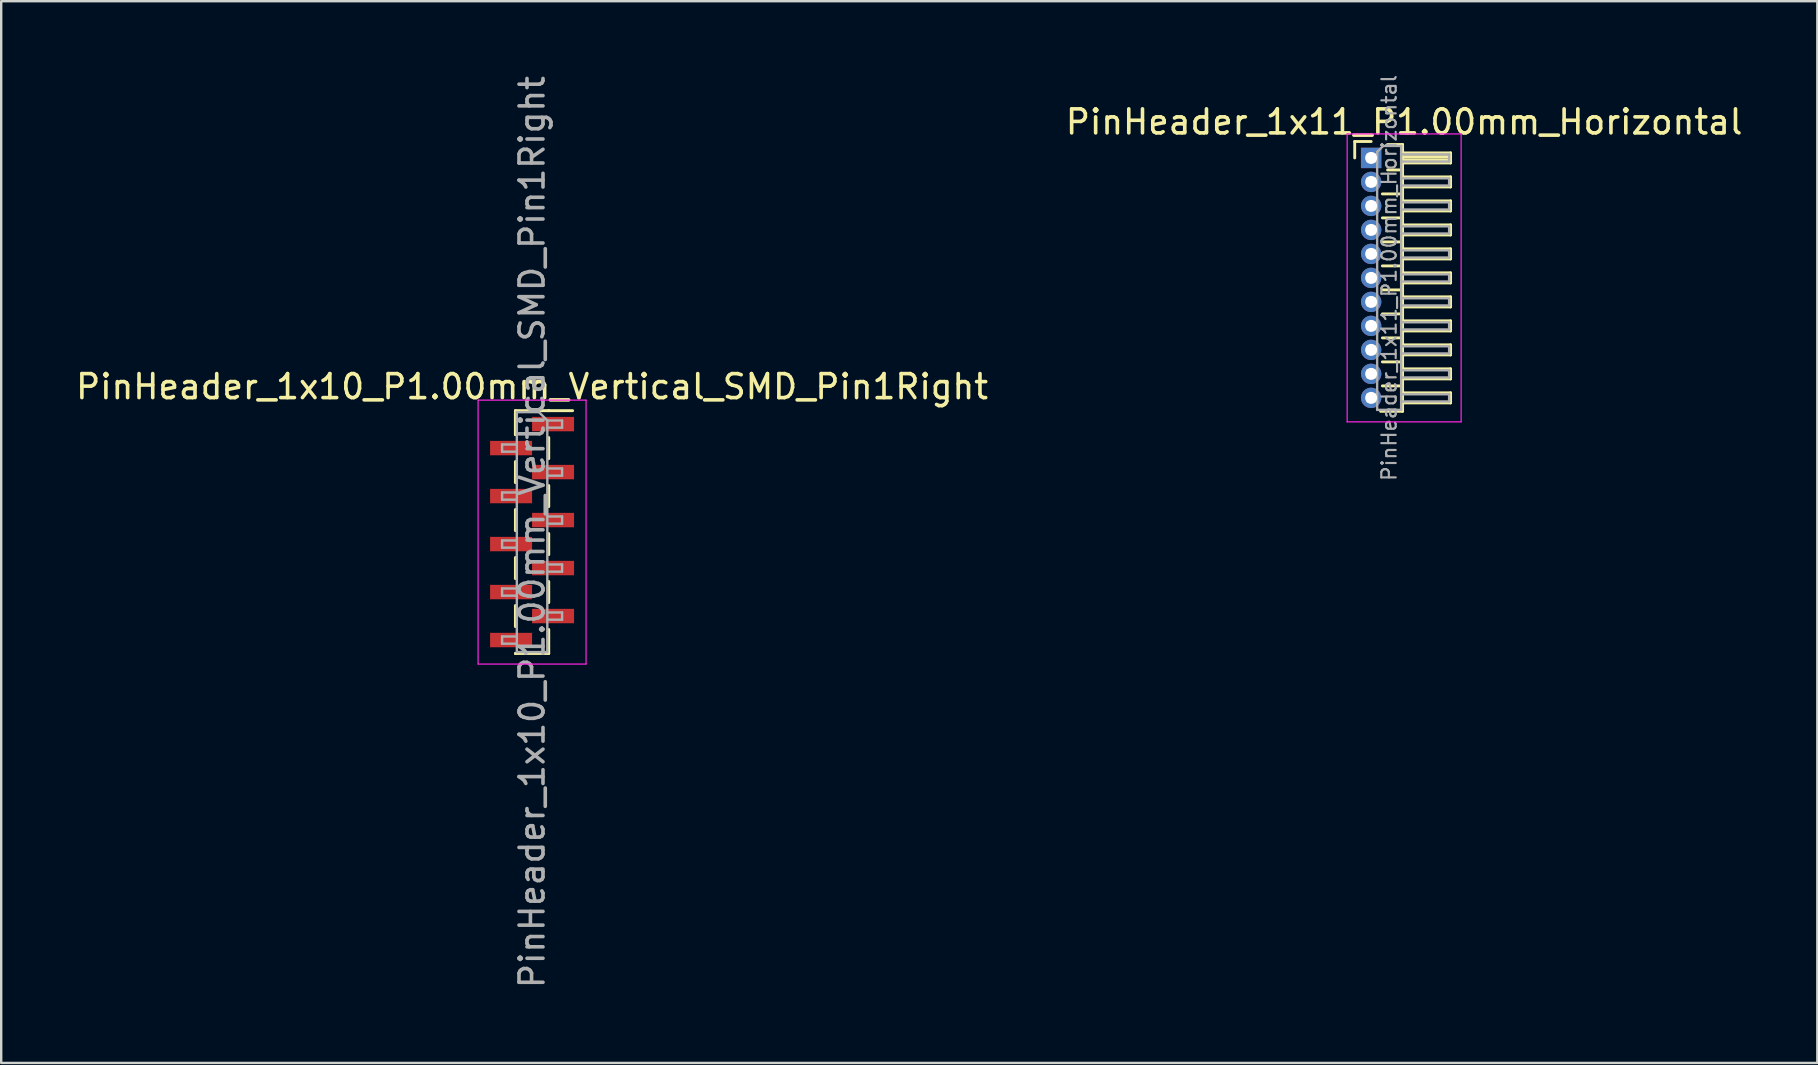
<source format=kicad_pcb>
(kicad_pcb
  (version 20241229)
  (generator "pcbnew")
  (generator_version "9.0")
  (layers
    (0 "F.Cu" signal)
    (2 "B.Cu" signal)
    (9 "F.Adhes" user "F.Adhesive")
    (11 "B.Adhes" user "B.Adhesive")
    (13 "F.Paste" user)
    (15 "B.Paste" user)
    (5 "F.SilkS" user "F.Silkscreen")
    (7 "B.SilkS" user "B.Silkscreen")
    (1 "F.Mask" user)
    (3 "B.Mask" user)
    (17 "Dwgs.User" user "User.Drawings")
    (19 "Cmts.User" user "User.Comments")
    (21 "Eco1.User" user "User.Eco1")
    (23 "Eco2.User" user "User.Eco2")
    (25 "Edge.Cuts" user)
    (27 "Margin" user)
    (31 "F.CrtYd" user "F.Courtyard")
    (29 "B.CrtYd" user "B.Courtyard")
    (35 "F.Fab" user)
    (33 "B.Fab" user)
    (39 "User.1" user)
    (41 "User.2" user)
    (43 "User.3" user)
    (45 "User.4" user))
  (footprint "PinHeader_1x10_P1.00mm_Vertical_SMD_Pin1Right"
    (layer "F.Cu")
    (at 19.125 19.125)
    (property "Reference" "PinHeader_1x10_P1.00mm_Vertical_SMD_Pin1Right" (at 0 -6.06 0) (layer "F.SilkS") (effects (font (size 1 1) (thickness 0.15))))
    (attr smd)
    (fp_line (start -0.695 -5.06) (end -0.695 -4.06) (stroke (width 0.12) (type solid)) (layer "F.SilkS"))
    (fp_line (start -0.695 -5.06) (end 0.695 -5.06) (stroke (width 0.12) (type solid)) (layer "F.SilkS"))
    (fp_line (start -0.695 -4.94) (end -0.695 -4.06) (stroke (width 0.12) (type solid)) (layer "F.SilkS"))
    (fp_line (start -0.695 -2.94) (end -0.695 -2.06) (stroke (width 0.12) (type solid)) (layer "F.SilkS"))
    (fp_line (start -0.695 -0.94) (end -0.695 -0.06) (stroke (width 0.12) (type solid)) (layer "F.SilkS"))
    (fp_line (start -0.695 1.06) (end -0.695 1.94) (stroke (width 0.12) (type solid)) (layer "F.SilkS"))
    (fp_line (start -0.695 3.06) (end -0.695 3.94) (stroke (width 0.12) (type solid)) (layer "F.SilkS"))
    (fp_line (start -0.695 5.06) (end -0.695 5.06) (stroke (width 0.12) (type solid)) (layer "F.SilkS"))
    (fp_line (start -0.695 5.06) (end 0.695 5.06) (stroke (width 0.12) (type solid)) (layer "F.SilkS"))
    (fp_line (start 0.695 -5.06) (end 0.695 -5.06) (stroke (width 0.12) (type solid)) (layer "F.SilkS"))
    (fp_line (start 0.695 -5.06) (end 1.69 -5.06) (stroke (width 0.12) (type solid)) (layer "F.SilkS"))
    (fp_line (start 0.695 -3.94) (end 0.695 -3.06) (stroke (width 0.12) (type solid)) (layer "F.SilkS"))
    (fp_line (start 0.695 -1.94) (end 0.695 -1.06) (stroke (width 0.12) (type solid)) (layer "F.SilkS"))
    (fp_line (start 0.695 0.06) (end 0.695 0.94) (stroke (width 0.12) (type solid)) (layer "F.SilkS"))
    (fp_line (start 0.695 2.06) (end 0.695 2.94) (stroke (width 0.12) (type solid)) (layer "F.SilkS"))
    (fp_line (start 0.695 4.06) (end 0.695 5.06) (stroke (width 0.12) (type solid)) (layer "F.SilkS"))
    (fp_line (start -2.25 -5.5) (end -2.25 5.5) (stroke (width 0.05) (type solid)) (layer "F.CrtYd"))
    (fp_line (start -2.25 5.5) (end 2.25 5.5) (stroke (width 0.05) (type solid)) (layer "F.CrtYd"))
    (fp_line (start 2.25 -5.5) (end -2.25 -5.5) (stroke (width 0.05) (type solid)) (layer "F.CrtYd"))
    (fp_line (start 2.25 5.5) (end 2.25 -5.5) (stroke (width 0.05) (type solid)) (layer "F.CrtYd"))
    (fp_line (start -1.25 -3.65) (end -1.25 -3.35) (stroke (width 0.1) (type solid)) (layer "F.Fab"))
    (fp_line (start -1.25 -3.35) (end -0.635 -3.35) (stroke (width 0.1) (type solid)) (layer "F.Fab"))
    (fp_line (start -1.25 -1.65) (end -1.25 -1.35) (stroke (width 0.1) (type solid)) (layer "F.Fab"))
    (fp_line (start -1.25 -1.35) (end -0.635 -1.35) (stroke (width 0.1) (type solid)) (layer "F.Fab"))
    (fp_line (start -1.25 0.35) (end -1.25 0.65) (stroke (width 0.1) (type solid)) (layer "F.Fab"))
    (fp_line (start -1.25 0.65) (end -0.635 0.65) (stroke (width 0.1) (type solid)) (layer "F.Fab"))
    (fp_line (start -1.25 2.35) (end -1.25 2.65) (stroke (width 0.1) (type solid)) (layer "F.Fab"))
    (fp_line (start -1.25 2.65) (end -0.635 2.65) (stroke (width 0.1) (type solid)) (layer "F.Fab"))
    (fp_line (start -1.25 4.35) (end -1.25 4.65) (stroke (width 0.1) (type solid)) (layer "F.Fab"))
    (fp_line (start -1.25 4.65) (end -0.635 4.65) (stroke (width 0.1) (type solid)) (layer "F.Fab"))
    (fp_line (start -0.635 -5) (end -0.635 5) (stroke (width 0.1) (type solid)) (layer "F.Fab"))
    (fp_line (start -0.635 -5) (end 0.285 -5) (stroke (width 0.1) (type solid)) (layer "F.Fab"))
    (fp_line (start -0.635 -3.65) (end -1.25 -3.65) (stroke (width 0.1) (type solid)) (layer "F.Fab"))
    (fp_line (start -0.635 -1.65) (end -1.25 -1.65) (stroke (width 0.1) (type solid)) (layer "F.Fab"))
    (fp_line (start -0.635 0.35) (end -1.25 0.35) (stroke (width 0.1) (type solid)) (layer "F.Fab"))
    (fp_line (start -0.635 2.35) (end -1.25 2.35) (stroke (width 0.1) (type solid)) (layer "F.Fab"))
    (fp_line (start -0.635 4.35) (end -1.25 4.35) (stroke (width 0.1) (type solid)) (layer "F.Fab"))
    (fp_line (start 0.635 -4.65) (end 0.285 -5) (stroke (width 0.1) (type solid)) (layer "F.Fab"))
    (fp_line (start 0.635 -4.65) (end 1.25 -4.65) (stroke (width 0.1) (type solid)) (layer "F.Fab"))
    (fp_line (start 0.635 -2.65) (end 1.25 -2.65) (stroke (width 0.1) (type solid)) (layer "F.Fab"))
    (fp_line (start 0.635 -0.65) (end 1.25 -0.65) (stroke (width 0.1) (type solid)) (layer "F.Fab"))
    (fp_line (start 0.635 1.35) (end 1.25 1.35) (stroke (width 0.1) (type solid)) (layer "F.Fab"))
    (fp_line (start 0.635 3.35) (end 1.25 3.35) (stroke (width 0.1) (type solid)) (layer "F.Fab"))
    (fp_line (start 0.635 5) (end -0.635 5) (stroke (width 0.1) (type solid)) (layer "F.Fab"))
    (fp_line (start 0.635 5) (end 0.635 -4.65) (stroke (width 0.1) (type solid)) (layer "F.Fab"))
    (fp_line (start 1.25 -4.65) (end 1.25 -4.35) (stroke (width 0.1) (type solid)) (layer "F.Fab"))
    (fp_line (start 1.25 -4.35) (end 0.635 -4.35) (stroke (width 0.1) (type solid)) (layer "F.Fab"))
    (fp_line (start 1.25 -2.65) (end 1.25 -2.35) (stroke (width 0.1) (type solid)) (layer "F.Fab"))
    (fp_line (start 1.25 -2.35) (end 0.635 -2.35) (stroke (width 0.1) (type solid)) (layer "F.Fab"))
    (fp_line (start 1.25 -0.65) (end 1.25 -0.35) (stroke (width 0.1) (type solid)) (layer "F.Fab"))
    (fp_line (start 1.25 -0.35) (end 0.635 -0.35) (stroke (width 0.1) (type solid)) (layer "F.Fab"))
    (fp_line (start 1.25 1.35) (end 1.25 1.65) (stroke (width 0.1) (type solid)) (layer "F.Fab"))
    (fp_line (start 1.25 1.65) (end 0.635 1.65) (stroke (width 0.1) (type solid)) (layer "F.Fab"))
    (fp_line (start 1.25 3.35) (end 1.25 3.65) (stroke (width 0.1) (type solid)) (layer "F.Fab"))
    (fp_line (start 1.25 3.65) (end 0.635 3.65) (stroke (width 0.1) (type solid)) (layer "F.Fab"))
    (fp_text user "${REFERENCE}" (at 0 0 90) (layer "F.Fab") (effects (font (size 1 1) (thickness 0.15))))
    (pad "1" smd rect (at 0.875 -4.5) (size 1.75 0.6) (layers "F.Cu" "F.Mask" "F.Paste"))
    (pad "2" smd rect (at -0.875 -3.5) (size 1.75 0.6) (layers "F.Cu" "F.Mask" "F.Paste"))
    (pad "3" smd rect (at 0.875 -2.5) (size 1.75 0.6) (layers "F.Cu" "F.Mask" "F.Paste"))
    (pad "4" smd rect (at -0.875 -1.5) (size 1.75 0.6) (layers "F.Cu" "F.Mask" "F.Paste"))
    (pad "5" smd rect (at 0.875 -0.5) (size 1.75 0.6) (layers "F.Cu" "F.Mask" "F.Paste"))
    (pad "6" smd rect (at -0.875 0.5) (size 1.75 0.6) (layers "F.Cu" "F.Mask" "F.Paste"))
    (pad "7" smd rect (at 0.875 1.5) (size 1.75 0.6) (layers "F.Cu" "F.Mask" "F.Paste"))
    (pad "8" smd rect (at -0.875 2.5) (size 1.75 0.6) (layers "F.Cu" "F.Mask" "F.Paste"))
    (pad "9" smd rect (at 0.875 3.5) (size 1.75 0.6) (layers "F.Cu" "F.Mask" "F.Paste"))
    (pad "10" smd rect (at -0.875 4.5) (size 1.75 0.6) (layers "F.Cu" "F.Mask" "F.Paste")))
  (footprint "PinHeader_1x11_P1.00mm_Horizontal"
    (layer "F.Cu")
    (at 54.095 3.532)
    (property "Reference" "PinHeader_1x11_P1.00mm_Horizontal" (at 1.375 -1.5 0) (layer "F.SilkS") (effects (font (size 1 1) (thickness 0.15))))
    (attr through_hole)
    (fp_line (start -0.685 -0.685) (end 0 -0.685) (stroke (width 0.12) (type solid)) (layer "F.SilkS"))
    (fp_line (start -0.685 0) (end -0.685 -0.685) (stroke (width 0.12) (type solid)) (layer "F.SilkS"))
    (fp_line (start 0.468 1.5) (end 1.31 1.5) (stroke (width 0.12) (type solid)) (layer "F.SilkS"))
    (fp_line (start 0.468 2.5) (end 1.31 2.5) (stroke (width 0.12) (type solid)) (layer "F.SilkS"))
    (fp_line (start 0.468 3.5) (end 1.31 3.5) (stroke (width 0.12) (type solid)) (layer "F.SilkS"))
    (fp_line (start 0.468 4.5) (end 1.31 4.5) (stroke (width 0.12) (type solid)) (layer "F.SilkS"))
    (fp_line (start 0.468 5.5) (end 1.31 5.5) (stroke (width 0.12) (type solid)) (layer "F.SilkS"))
    (fp_line (start 0.468 6.5) (end 1.31 6.5) (stroke (width 0.12) (type solid)) (layer "F.SilkS"))
    (fp_line (start 0.468 7.5) (end 1.31 7.5) (stroke (width 0.12) (type solid)) (layer "F.SilkS"))
    (fp_line (start 0.468 8.5) (end 1.31 8.5) (stroke (width 0.12) (type solid)) (layer "F.SilkS"))
    (fp_line (start 0.468 9.5) (end 1.31 9.5) (stroke (width 0.12) (type solid)) (layer "F.SilkS"))
    (fp_line (start 0.685 -0.56) (end 1.31 -0.56) (stroke (width 0.12) (type solid)) (layer "F.SilkS"))
    (fp_line (start 0.685 0.5) (end 1.31 0.5) (stroke (width 0.12) (type solid)) (layer "F.SilkS"))
    (fp_line (start 1.31 -0.56) (end 1.31 10.56) (stroke (width 0.12) (type solid)) (layer "F.SilkS"))
    (fp_line (start 1.31 -0.21) (end 3.31 -0.21) (stroke (width 0.12) (type solid)) (layer "F.SilkS"))
    (fp_line (start 1.31 -0.15) (end 3.31 -0.15) (stroke (width 0.12) (type solid)) (layer "F.SilkS"))
    (fp_line (start 1.31 -0.03) (end 3.31 -0.03) (stroke (width 0.12) (type solid)) (layer "F.SilkS"))
    (fp_line (start 1.31 0.09) (end 3.31 0.09) (stroke (width 0.12) (type solid)) (layer "F.SilkS"))
    (fp_line (start 1.31 0.79) (end 3.31 0.79) (stroke (width 0.12) (type solid)) (layer "F.SilkS"))
    (fp_line (start 1.31 1.79) (end 3.31 1.79) (stroke (width 0.12) (type solid)) (layer "F.SilkS"))
    (fp_line (start 1.31 2.79) (end 3.31 2.79) (stroke (width 0.12) (type solid)) (layer "F.SilkS"))
    (fp_line (start 1.31 3.79) (end 3.31 3.79) (stroke (width 0.12) (type solid)) (layer "F.SilkS"))
    (fp_line (start 1.31 4.79) (end 3.31 4.79) (stroke (width 0.12) (type solid)) (layer "F.SilkS"))
    (fp_line (start 1.31 5.79) (end 3.31 5.79) (stroke (width 0.12) (type solid)) (layer "F.SilkS"))
    (fp_line (start 1.31 6.79) (end 3.31 6.79) (stroke (width 0.12) (type solid)) (layer "F.SilkS"))
    (fp_line (start 1.31 7.79) (end 3.31 7.79) (stroke (width 0.12) (type solid)) (layer "F.SilkS"))
    (fp_line (start 1.31 8.79) (end 3.31 8.79) (stroke (width 0.12) (type solid)) (layer "F.SilkS"))
    (fp_line (start 1.31 9.79) (end 3.31 9.79) (stroke (width 0.12) (type solid)) (layer "F.SilkS"))
    (fp_line (start 1.31 10.56) (end 0.394 10.56) (stroke (width 0.12) (type solid)) (layer "F.SilkS"))
    (fp_line (start 3.31 -0.21) (end 3.31 0.21) (stroke (width 0.12) (type solid)) (layer "F.SilkS"))
    (fp_line (start 3.31 0.21) (end 1.31 0.21) (stroke (width 0.12) (type solid)) (layer "F.SilkS"))
    (fp_line (start 3.31 0.79) (end 3.31 1.21) (stroke (width 0.12) (type solid)) (layer "F.SilkS"))
    (fp_line (start 3.31 1.21) (end 1.31 1.21) (stroke (width 0.12) (type solid)) (layer "F.SilkS"))
    (fp_line (start 3.31 1.79) (end 3.31 2.21) (stroke (width 0.12) (type solid)) (layer "F.SilkS"))
    (fp_line (start 3.31 2.21) (end 1.31 2.21) (stroke (width 0.12) (type solid)) (layer "F.SilkS"))
    (fp_line (start 3.31 2.79) (end 3.31 3.21) (stroke (width 0.12) (type solid)) (layer "F.SilkS"))
    (fp_line (start 3.31 3.21) (end 1.31 3.21) (stroke (width 0.12) (type solid)) (layer "F.SilkS"))
    (fp_line (start 3.31 3.79) (end 3.31 4.21) (stroke (width 0.12) (type solid)) (layer "F.SilkS"))
    (fp_line (start 3.31 4.21) (end 1.31 4.21) (stroke (width 0.12) (type solid)) (layer "F.SilkS"))
    (fp_line (start 3.31 4.79) (end 3.31 5.21) (stroke (width 0.12) (type solid)) (layer "F.SilkS"))
    (fp_line (start 3.31 5.21) (end 1.31 5.21) (stroke (width 0.12) (type solid)) (layer "F.SilkS"))
    (fp_line (start 3.31 5.79) (end 3.31 6.21) (stroke (width 0.12) (type solid)) (layer "F.SilkS"))
    (fp_line (start 3.31 6.21) (end 1.31 6.21) (stroke (width 0.12) (type solid)) (layer "F.SilkS"))
    (fp_line (start 3.31 6.79) (end 3.31 7.21) (stroke (width 0.12) (type solid)) (layer "F.SilkS"))
    (fp_line (start 3.31 7.21) (end 1.31 7.21) (stroke (width 0.12) (type solid)) (layer "F.SilkS"))
    (fp_line (start 3.31 7.79) (end 3.31 8.21) (stroke (width 0.12) (type solid)) (layer "F.SilkS"))
    (fp_line (start 3.31 8.21) (end 1.31 8.21) (stroke (width 0.12) (type solid)) (layer "F.SilkS"))
    (fp_line (start 3.31 8.79) (end 3.31 9.21) (stroke (width 0.12) (type solid)) (layer "F.SilkS"))
    (fp_line (start 3.31 9.21) (end 1.31 9.21) (stroke (width 0.12) (type solid)) (layer "F.SilkS"))
    (fp_line (start 3.31 9.79) (end 3.31 10.21) (stroke (width 0.12) (type solid)) (layer "F.SilkS"))
    (fp_line (start 3.31 10.21) (end 1.31 10.21) (stroke (width 0.12) (type solid)) (layer "F.SilkS"))
    (fp_line (start -1 -1) (end -1 11) (stroke (width 0.05) (type solid)) (layer "F.CrtYd"))
    (fp_line (start -1 11) (end 3.75 11) (stroke (width 0.05) (type solid)) (layer "F.CrtYd"))
    (fp_line (start 3.75 -1) (end -1 -1) (stroke (width 0.05) (type solid)) (layer "F.CrtYd"))
    (fp_line (start 3.75 11) (end 3.75 -1) (stroke (width 0.05) (type solid)) (layer "F.CrtYd"))
    (fp_line (start -0.15 -0.15) (end -0.15 0.15) (stroke (width 0.1) (type solid)) (layer "F.Fab"))
    (fp_line (start -0.15 -0.15) (end 0.25 -0.15) (stroke (width 0.1) (type solid)) (layer "F.Fab"))
    (fp_line (start -0.15 0.15) (end 0.25 0.15) (stroke (width 0.1) (type solid)) (layer "F.Fab"))
    (fp_line (start -0.15 0.85) (end -0.15 1.15) (stroke (width 0.1) (type solid)) (layer "F.Fab"))
    (fp_line (start -0.15 0.85) (end 0.25 0.85) (stroke (width 0.1) (type solid)) (layer "F.Fab"))
    (fp_line (start -0.15 1.15) (end 0.25 1.15) (stroke (width 0.1) (type solid)) (layer "F.Fab"))
    (fp_line (start -0.15 1.85) (end -0.15 2.15) (stroke (width 0.1) (type solid)) (layer "F.Fab"))
    (fp_line (start -0.15 1.85) (end 0.25 1.85) (stroke (width 0.1) (type solid)) (layer "F.Fab"))
    (fp_line (start -0.15 2.15) (end 0.25 2.15) (stroke (width 0.1) (type solid)) (layer "F.Fab"))
    (fp_line (start -0.15 2.85) (end -0.15 3.15) (stroke (width 0.1) (type solid)) (layer "F.Fab"))
    (fp_line (start -0.15 2.85) (end 0.25 2.85) (stroke (width 0.1) (type solid)) (layer "F.Fab"))
    (fp_line (start -0.15 3.15) (end 0.25 3.15) (stroke (width 0.1) (type solid)) (layer "F.Fab"))
    (fp_line (start -0.15 3.85) (end -0.15 4.15) (stroke (width 0.1) (type solid)) (layer "F.Fab"))
    (fp_line (start -0.15 3.85) (end 0.25 3.85) (stroke (width 0.1) (type solid)) (layer "F.Fab"))
    (fp_line (start -0.15 4.15) (end 0.25 4.15) (stroke (width 0.1) (type solid)) (layer "F.Fab"))
    (fp_line (start -0.15 4.85) (end -0.15 5.15) (stroke (width 0.1) (type solid)) (layer "F.Fab"))
    (fp_line (start -0.15 4.85) (end 0.25 4.85) (stroke (width 0.1) (type solid)) (layer "F.Fab"))
    (fp_line (start -0.15 5.15) (end 0.25 5.15) (stroke (width 0.1) (type solid)) (layer "F.Fab"))
    (fp_line (start -0.15 5.85) (end -0.15 6.15) (stroke (width 0.1) (type solid)) (layer "F.Fab"))
    (fp_line (start -0.15 5.85) (end 0.25 5.85) (stroke (width 0.1) (type solid)) (layer "F.Fab"))
    (fp_line (start -0.15 6.15) (end 0.25 6.15) (stroke (width 0.1) (type solid)) (layer "F.Fab"))
    (fp_line (start -0.15 6.85) (end -0.15 7.15) (stroke (width 0.1) (type solid)) (layer "F.Fab"))
    (fp_line (start -0.15 6.85) (end 0.25 6.85) (stroke (width 0.1) (type solid)) (layer "F.Fab"))
    (fp_line (start -0.15 7.15) (end 0.25 7.15) (stroke (width 0.1) (type solid)) (layer "F.Fab"))
    (fp_line (start -0.15 7.85) (end -0.15 8.15) (stroke (width 0.1) (type solid)) (layer "F.Fab"))
    (fp_line (start -0.15 7.85) (end 0.25 7.85) (stroke (width 0.1) (type solid)) (layer "F.Fab"))
    (fp_line (start -0.15 8.15) (end 0.25 8.15) (stroke (width 0.1) (type solid)) (layer "F.Fab"))
    (fp_line (start -0.15 8.85) (end -0.15 9.15) (stroke (width 0.1) (type solid)) (layer "F.Fab"))
    (fp_line (start -0.15 8.85) (end 0.25 8.85) (stroke (width 0.1) (type solid)) (layer "F.Fab"))
    (fp_line (start -0.15 9.15) (end 0.25 9.15) (stroke (width 0.1) (type solid)) (layer "F.Fab"))
    (fp_line (start -0.15 9.85) (end -0.15 10.15) (stroke (width 0.1) (type solid)) (layer "F.Fab"))
    (fp_line (start -0.15 9.85) (end 0.25 9.85) (stroke (width 0.1) (type solid)) (layer "F.Fab"))
    (fp_line (start -0.15 10.15) (end 0.25 10.15) (stroke (width 0.1) (type solid)) (layer "F.Fab"))
    (fp_line (start 0.25 -0.25) (end 0.5 -0.5) (stroke (width 0.1) (type solid)) (layer "F.Fab"))
    (fp_line (start 0.25 10.5) (end 0.25 -0.25) (stroke (width 0.1) (type solid)) (layer "F.Fab"))
    (fp_line (start 0.5 -0.5) (end 1.25 -0.5) (stroke (width 0.1) (type solid)) (layer "F.Fab"))
    (fp_line (start 1.25 -0.5) (end 1.25 10.5) (stroke (width 0.1) (type solid)) (layer "F.Fab"))
    (fp_line (start 1.25 -0.15) (end 3.25 -0.15) (stroke (width 0.1) (type solid)) (layer "F.Fab"))
    (fp_line (start 1.25 0.15) (end 3.25 0.15) (stroke (width 0.1) (type solid)) (layer "F.Fab"))
    (fp_line (start 1.25 0.85) (end 3.25 0.85) (stroke (width 0.1) (type solid)) (layer "F.Fab"))
    (fp_line (start 1.25 1.15) (end 3.25 1.15) (stroke (width 0.1) (type solid)) (layer "F.Fab"))
    (fp_line (start 1.25 1.85) (end 3.25 1.85) (stroke (width 0.1) (type solid)) (layer "F.Fab"))
    (fp_line (start 1.25 2.15) (end 3.25 2.15) (stroke (width 0.1) (type solid)) (layer "F.Fab"))
    (fp_line (start 1.25 2.85) (end 3.25 2.85) (stroke (width 0.1) (type solid)) (layer "F.Fab"))
    (fp_line (start 1.25 3.15) (end 3.25 3.15) (stroke (width 0.1) (type solid)) (layer "F.Fab"))
    (fp_line (start 1.25 3.85) (end 3.25 3.85) (stroke (width 0.1) (type solid)) (layer "F.Fab"))
    (fp_line (start 1.25 4.15) (end 3.25 4.15) (stroke (width 0.1) (type solid)) (layer "F.Fab"))
    (fp_line (start 1.25 4.85) (end 3.25 4.85) (stroke (width 0.1) (type solid)) (layer "F.Fab"))
    (fp_line (start 1.25 5.15) (end 3.25 5.15) (stroke (width 0.1) (type solid)) (layer "F.Fab"))
    (fp_line (start 1.25 5.85) (end 3.25 5.85) (stroke (width 0.1) (type solid)) (layer "F.Fab"))
    (fp_line (start 1.25 6.15) (end 3.25 6.15) (stroke (width 0.1) (type solid)) (layer "F.Fab"))
    (fp_line (start 1.25 6.85) (end 3.25 6.85) (stroke (width 0.1) (type solid)) (layer "F.Fab"))
    (fp_line (start 1.25 7.15) (end 3.25 7.15) (stroke (width 0.1) (type solid)) (layer "F.Fab"))
    (fp_line (start 1.25 7.85) (end 3.25 7.85) (stroke (width 0.1) (type solid)) (layer "F.Fab"))
    (fp_line (start 1.25 8.15) (end 3.25 8.15) (stroke (width 0.1) (type solid)) (layer "F.Fab"))
    (fp_line (start 1.25 8.85) (end 3.25 8.85) (stroke (width 0.1) (type solid)) (layer "F.Fab"))
    (fp_line (start 1.25 9.15) (end 3.25 9.15) (stroke (width 0.1) (type solid)) (layer "F.Fab"))
    (fp_line (start 1.25 9.85) (end 3.25 9.85) (stroke (width 0.1) (type solid)) (layer "F.Fab"))
    (fp_line (start 1.25 10.15) (end 3.25 10.15) (stroke (width 0.1) (type solid)) (layer "F.Fab"))
    (fp_line (start 1.25 10.5) (end 0.25 10.5) (stroke (width 0.1) (type solid)) (layer "F.Fab"))
    (fp_line (start 3.25 -0.15) (end 3.25 0.15) (stroke (width 0.1) (type solid)) (layer "F.Fab"))
    (fp_line (start 3.25 0.85) (end 3.25 1.15) (stroke (width 0.1) (type solid)) (layer "F.Fab"))
    (fp_line (start 3.25 1.85) (end 3.25 2.15) (stroke (width 0.1) (type solid)) (layer "F.Fab"))
    (fp_line (start 3.25 2.85) (end 3.25 3.15) (stroke (width 0.1) (type solid)) (layer "F.Fab"))
    (fp_line (start 3.25 3.85) (end 3.25 4.15) (stroke (width 0.1) (type solid)) (layer "F.Fab"))
    (fp_line (start 3.25 4.85) (end 3.25 5.15) (stroke (width 0.1) (type solid)) (layer "F.Fab"))
    (fp_line (start 3.25 5.85) (end 3.25 6.15) (stroke (width 0.1) (type solid)) (layer "F.Fab"))
    (fp_line (start 3.25 6.85) (end 3.25 7.15) (stroke (width 0.1) (type solid)) (layer "F.Fab"))
    (fp_line (start 3.25 7.85) (end 3.25 8.15) (stroke (width 0.1) (type solid)) (layer "F.Fab"))
    (fp_line (start 3.25 8.85) (end 3.25 9.15) (stroke (width 0.1) (type solid)) (layer "F.Fab"))
    (fp_line (start 3.25 9.85) (end 3.25 10.15) (stroke (width 0.1) (type solid)) (layer "F.Fab"))
    (fp_text user "${REFERENCE}" (at 0.75 5 90) (layer "F.Fab") (effects (font (size 0.6 0.6) (thickness 0.09))))
    (pad "1" thru_hole rect (at 0 0) (size 0.85 0.85) (drill 0.5) (layers "*.Cu" "*.Mask"))
    (pad "2" thru_hole oval (at 0 1) (size 0.85 0.85) (drill 0.5) (layers "*.Cu" "*.Mask"))
    (pad "3" thru_hole oval (at 0 2) (size 0.85 0.85) (drill 0.5) (layers "*.Cu" "*.Mask"))
    (pad "4" thru_hole oval (at 0 3) (size 0.85 0.85) (drill 0.5) (layers "*.Cu" "*.Mask"))
    (pad "5" thru_hole oval (at 0 4) (size 0.85 0.85) (drill 0.5) (layers "*.Cu" "*.Mask"))
    (pad "6" thru_hole oval (at 0 5) (size 0.85 0.85) (drill 0.5) (layers "*.Cu" "*.Mask"))
    (pad "7" thru_hole oval (at 0 6) (size 0.85 0.85) (drill 0.5) (layers "*.Cu" "*.Mask"))
    (pad "8" thru_hole oval (at 0 7) (size 0.85 0.85) (drill 0.5) (layers "*.Cu" "*.Mask"))
    (pad "9" thru_hole oval (at 0 8) (size 0.85 0.85) (drill 0.5) (layers "*.Cu" "*.Mask"))
    (pad "10" thru_hole oval (at 0 9) (size 0.85 0.85) (drill 0.5) (layers "*.Cu" "*.Mask"))
    (pad "11" thru_hole oval (at 0 10) (size 0.85 0.85) (drill 0.5) (layers "*.Cu" "*.Mask")))
  (gr_rect
    (start -3 -3)
    (end 72.69 41.25)
    (stroke (width 0.1) (type default))
    (fill no)
    (layer "Edge.Cuts")))
</source>
